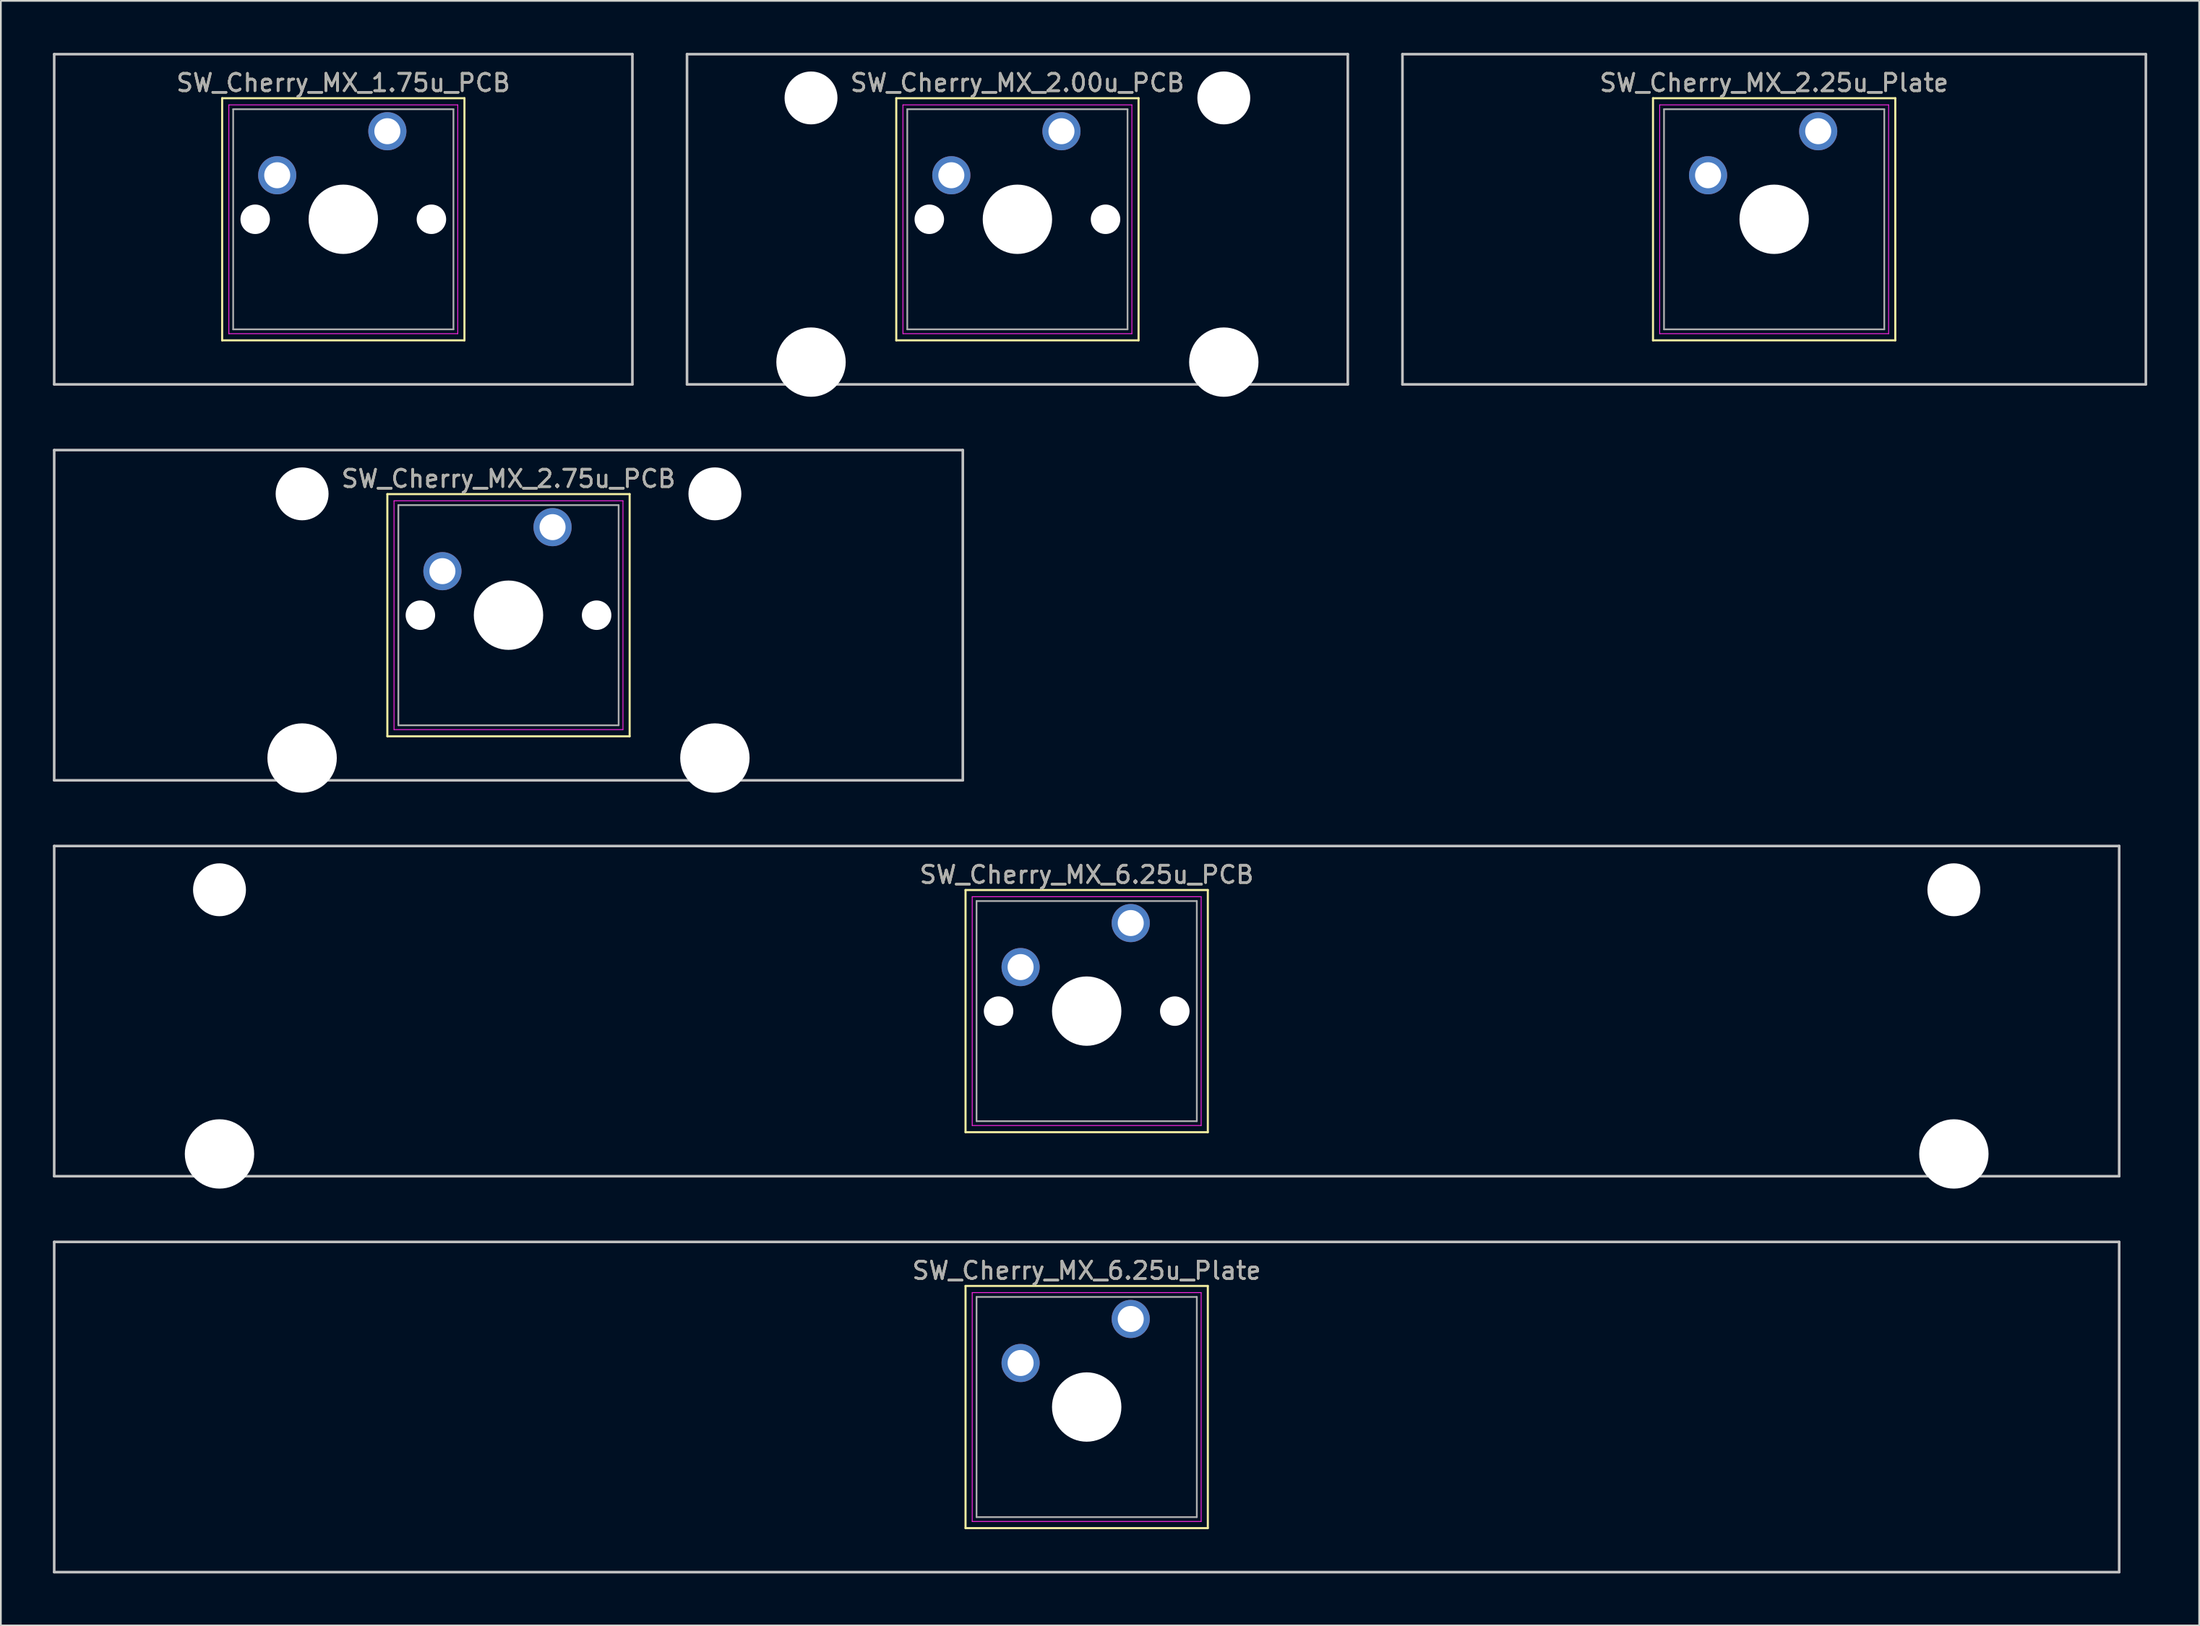
<source format=kicad_pcb>
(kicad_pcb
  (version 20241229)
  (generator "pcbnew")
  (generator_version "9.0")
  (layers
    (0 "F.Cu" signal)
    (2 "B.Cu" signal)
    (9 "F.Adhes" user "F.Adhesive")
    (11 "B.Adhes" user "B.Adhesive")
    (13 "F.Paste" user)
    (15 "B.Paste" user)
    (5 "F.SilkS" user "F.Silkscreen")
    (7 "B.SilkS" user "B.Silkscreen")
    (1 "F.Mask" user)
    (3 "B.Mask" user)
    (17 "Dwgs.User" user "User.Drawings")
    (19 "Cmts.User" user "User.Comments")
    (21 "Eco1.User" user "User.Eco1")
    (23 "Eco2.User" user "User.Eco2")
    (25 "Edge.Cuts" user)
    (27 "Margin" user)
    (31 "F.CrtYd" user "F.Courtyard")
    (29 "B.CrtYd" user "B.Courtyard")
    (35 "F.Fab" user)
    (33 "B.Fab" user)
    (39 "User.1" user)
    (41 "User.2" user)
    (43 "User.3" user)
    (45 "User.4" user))
  (footprint "SW_Cherry_MX_6.25u_PCB"
    (layer "F.Cu")
    (at 59.606 55.28)
    (property "Reference" "SW_Cherry_MX_6.25u_PCB" (at 0 -7.874 0) (layer "F.SilkS") (effects (font (size 1 1) (thickness 0.15))))
    (attr through_hole)
    (fp_line (start -6.985 -6.985) (end 6.985 -6.985) (stroke (width 0.12) (type solid)) (layer "F.SilkS"))
    (fp_line (start -6.985 6.985) (end -6.985 -6.985) (stroke (width 0.12) (type solid)) (layer "F.SilkS"))
    (fp_line (start 6.985 -6.985) (end 6.985 6.985) (stroke (width 0.12) (type solid)) (layer "F.SilkS"))
    (fp_line (start 6.985 6.985) (end -6.985 6.985) (stroke (width 0.12) (type solid)) (layer "F.SilkS"))
    (fp_line (start -59.531 -9.525) (end 59.531 -9.525) (stroke (width 0.15) (type solid)) (layer "Dwgs.User"))
    (fp_line (start -59.531 9.525) (end -59.531 -9.525) (stroke (width 0.15) (type solid)) (layer "Dwgs.User"))
    (fp_line (start 59.531 -9.525) (end 59.531 9.525) (stroke (width 0.15) (type solid)) (layer "Dwgs.User"))
    (fp_line (start 59.531 9.525) (end -59.531 9.525) (stroke (width 0.15) (type solid)) (layer "Dwgs.User"))
    (fp_line (start -6.6 -6.6) (end 6.6 -6.6) (stroke (width 0.05) (type solid)) (layer "F.CrtYd"))
    (fp_line (start -6.6 6.6) (end -6.6 -6.6) (stroke (width 0.05) (type solid)) (layer "F.CrtYd"))
    (fp_line (start 6.6 -6.6) (end 6.6 6.6) (stroke (width 0.05) (type solid)) (layer "F.CrtYd"))
    (fp_line (start 6.6 6.6) (end -6.6 6.6) (stroke (width 0.05) (type solid)) (layer "F.CrtYd"))
    (fp_line (start -6.35 -6.35) (end 6.35 -6.35) (stroke (width 0.1) (type solid)) (layer "F.Fab"))
    (fp_line (start -6.35 6.35) (end -6.35 -6.35) (stroke (width 0.1) (type solid)) (layer "F.Fab"))
    (fp_line (start 6.35 -6.35) (end 6.35 6.35) (stroke (width 0.1) (type solid)) (layer "F.Fab"))
    (fp_line (start 6.35 6.35) (end -6.35 6.35) (stroke (width 0.1) (type solid)) (layer "F.Fab"))
    (fp_text user "${REFERENCE}" (at 0 -7.874 0) (layer "F.Fab") (effects (font (size 1 1) (thickness 0.15))))
    (pad "" np_thru_hole circle (at -50 -7) (size 3.05 3.05) (drill 3.05) (layers "*.Cu" "*.Mask"))
    (pad "" np_thru_hole circle (at -50 8.24) (size 4 4) (drill 4) (layers "*.Cu" "*.Mask"))
    (pad "" np_thru_hole circle (at -5.08 0) (size 1.7 1.7) (drill 1.7) (layers "*.Cu" "*.Mask"))
    (pad "" np_thru_hole circle (at 0 0) (size 4 4) (drill 4) (layers "*.Cu" "*.Mask"))
    (pad "" np_thru_hole circle (at 5.08 0) (size 1.7 1.7) (drill 1.7) (layers "*.Cu" "*.Mask"))
    (pad "" np_thru_hole circle (at 50 -7) (size 3.05 3.05) (drill 3.05) (layers "*.Cu" "*.Mask"))
    (pad "" np_thru_hole circle (at 50 8.24) (size 4 4) (drill 4) (layers "*.Cu" "*.Mask"))
    (pad "1" thru_hole circle (at 2.54 -5.08) (size 2.2 2.2) (drill 1.5) (layers "*.Cu" "*.Mask"))
    (pad "2" thru_hole circle (at -3.81 -2.54) (size 2.2 2.2) (drill 1.5) (layers "*.Cu" "*.Mask")))
  (footprint "SW_Cherry_MX_2.25u_Plate"
    (layer "F.Cu")
    (at 99.244 9.6)
    (property "Reference" "SW_Cherry_MX_2.25u_Plate" (at 0 -7.874 0) (layer "F.SilkS") (effects (font (size 1 1) (thickness 0.15))))
    (attr through_hole)
    (fp_line (start -6.985 -6.985) (end 6.985 -6.985) (stroke (width 0.12) (type solid)) (layer "F.SilkS"))
    (fp_line (start -6.985 6.985) (end -6.985 -6.985) (stroke (width 0.12) (type solid)) (layer "F.SilkS"))
    (fp_line (start 6.985 -6.985) (end 6.985 6.985) (stroke (width 0.12) (type solid)) (layer "F.SilkS"))
    (fp_line (start 6.985 6.985) (end -6.985 6.985) (stroke (width 0.12) (type solid)) (layer "F.SilkS"))
    (fp_line (start -21.431 -9.525) (end 21.431 -9.525) (stroke (width 0.15) (type solid)) (layer "Dwgs.User"))
    (fp_line (start -21.431 9.525) (end -21.431 -9.525) (stroke (width 0.15) (type solid)) (layer "Dwgs.User"))
    (fp_line (start 21.431 -9.525) (end 21.431 9.525) (stroke (width 0.15) (type solid)) (layer "Dwgs.User"))
    (fp_line (start 21.431 9.525) (end -21.431 9.525) (stroke (width 0.15) (type solid)) (layer "Dwgs.User"))
    (fp_line (start -6.6 -6.6) (end 6.6 -6.6) (stroke (width 0.05) (type solid)) (layer "F.CrtYd"))
    (fp_line (start -6.6 6.6) (end -6.6 -6.6) (stroke (width 0.05) (type solid)) (layer "F.CrtYd"))
    (fp_line (start 6.6 -6.6) (end 6.6 6.6) (stroke (width 0.05) (type solid)) (layer "F.CrtYd"))
    (fp_line (start 6.6 6.6) (end -6.6 6.6) (stroke (width 0.05) (type solid)) (layer "F.CrtYd"))
    (fp_line (start -6.35 -6.35) (end 6.35 -6.35) (stroke (width 0.1) (type solid)) (layer "F.Fab"))
    (fp_line (start -6.35 6.35) (end -6.35 -6.35) (stroke (width 0.1) (type solid)) (layer "F.Fab"))
    (fp_line (start 6.35 -6.35) (end 6.35 6.35) (stroke (width 0.1) (type solid)) (layer "F.Fab"))
    (fp_line (start 6.35 6.35) (end -6.35 6.35) (stroke (width 0.1) (type solid)) (layer "F.Fab"))
    (fp_text user "${REFERENCE}" (at 0 -7.874 0) (layer "F.Fab") (effects (font (size 1 1) (thickness 0.15))))
    (pad "" np_thru_hole circle (at 0 0) (size 4 4) (drill 4) (layers "*.Cu" "*.Mask"))
    (pad "1" thru_hole circle (at 2.54 -5.08) (size 2.2 2.2) (drill 1.5) (layers "*.Cu" "*.Mask"))
    (pad "2" thru_hole circle (at -3.81 -2.54) (size 2.2 2.2) (drill 1.5) (layers "*.Cu" "*.Mask")))
  (footprint "SW_Cherry_MX_1.75u_PCB"
    (layer "F.Cu")
    (at 16.744 9.6)
    (property "Reference" "SW_Cherry_MX_1.75u_PCB" (at 0 -7.874 0) (layer "F.SilkS") (effects (font (size 1 1) (thickness 0.15))))
    (attr through_hole)
    (fp_line (start -6.985 -6.985) (end 6.985 -6.985) (stroke (width 0.12) (type solid)) (layer "F.SilkS"))
    (fp_line (start -6.985 6.985) (end -6.985 -6.985) (stroke (width 0.12) (type solid)) (layer "F.SilkS"))
    (fp_line (start 6.985 -6.985) (end 6.985 6.985) (stroke (width 0.12) (type solid)) (layer "F.SilkS"))
    (fp_line (start 6.985 6.985) (end -6.985 6.985) (stroke (width 0.12) (type solid)) (layer "F.SilkS"))
    (fp_line (start -16.669 -9.525) (end 16.669 -9.525) (stroke (width 0.15) (type solid)) (layer "Dwgs.User"))
    (fp_line (start -16.669 9.525) (end -16.669 -9.525) (stroke (width 0.15) (type solid)) (layer "Dwgs.User"))
    (fp_line (start 16.669 -9.525) (end 16.669 9.525) (stroke (width 0.15) (type solid)) (layer "Dwgs.User"))
    (fp_line (start 16.669 9.525) (end -16.669 9.525) (stroke (width 0.15) (type solid)) (layer "Dwgs.User"))
    (fp_line (start -6.6 -6.6) (end 6.6 -6.6) (stroke (width 0.05) (type solid)) (layer "F.CrtYd"))
    (fp_line (start -6.6 6.6) (end -6.6 -6.6) (stroke (width 0.05) (type solid)) (layer "F.CrtYd"))
    (fp_line (start 6.6 -6.6) (end 6.6 6.6) (stroke (width 0.05) (type solid)) (layer "F.CrtYd"))
    (fp_line (start 6.6 6.6) (end -6.6 6.6) (stroke (width 0.05) (type solid)) (layer "F.CrtYd"))
    (fp_line (start -6.35 -6.35) (end 6.35 -6.35) (stroke (width 0.1) (type solid)) (layer "F.Fab"))
    (fp_line (start -6.35 6.35) (end -6.35 -6.35) (stroke (width 0.1) (type solid)) (layer "F.Fab"))
    (fp_line (start 6.35 -6.35) (end 6.35 6.35) (stroke (width 0.1) (type solid)) (layer "F.Fab"))
    (fp_line (start 6.35 6.35) (end -6.35 6.35) (stroke (width 0.1) (type solid)) (layer "F.Fab"))
    (fp_text user "${REFERENCE}" (at 0 -7.874 0) (layer "F.Fab") (effects (font (size 1 1) (thickness 0.15))))
    (pad "" np_thru_hole circle (at -5.08 0) (size 1.7 1.7) (drill 1.7) (layers "*.Cu" "*.Mask"))
    (pad "" np_thru_hole circle (at 0 0) (size 4 4) (drill 4) (layers "*.Cu" "*.Mask"))
    (pad "" np_thru_hole circle (at 5.08 0) (size 1.7 1.7) (drill 1.7) (layers "*.Cu" "*.Mask"))
    (pad "1" thru_hole circle (at 2.54 -5.08) (size 2.2 2.2) (drill 1.5) (layers "*.Cu" "*.Mask"))
    (pad "2" thru_hole circle (at -3.81 -2.54) (size 2.2 2.2) (drill 1.5) (layers "*.Cu" "*.Mask")))
  (footprint "SW_Cherry_MX_6.25u_Plate"
    (layer "F.Cu")
    (at 59.606 78.12)
    (property "Reference" "SW_Cherry_MX_6.25u_Plate" (at 0 -7.874 0) (layer "F.SilkS") (effects (font (size 1 1) (thickness 0.15))))
    (attr through_hole)
    (fp_line (start -6.985 -6.985) (end 6.985 -6.985) (stroke (width 0.12) (type solid)) (layer "F.SilkS"))
    (fp_line (start -6.985 6.985) (end -6.985 -6.985) (stroke (width 0.12) (type solid)) (layer "F.SilkS"))
    (fp_line (start 6.985 -6.985) (end 6.985 6.985) (stroke (width 0.12) (type solid)) (layer "F.SilkS"))
    (fp_line (start 6.985 6.985) (end -6.985 6.985) (stroke (width 0.12) (type solid)) (layer "F.SilkS"))
    (fp_line (start -59.531 -9.525) (end 59.531 -9.525) (stroke (width 0.15) (type solid)) (layer "Dwgs.User"))
    (fp_line (start -59.531 9.525) (end -59.531 -9.525) (stroke (width 0.15) (type solid)) (layer "Dwgs.User"))
    (fp_line (start 59.531 -9.525) (end 59.531 9.525) (stroke (width 0.15) (type solid)) (layer "Dwgs.User"))
    (fp_line (start 59.531 9.525) (end -59.531 9.525) (stroke (width 0.15) (type solid)) (layer "Dwgs.User"))
    (fp_line (start -6.6 -6.6) (end 6.6 -6.6) (stroke (width 0.05) (type solid)) (layer "F.CrtYd"))
    (fp_line (start -6.6 6.6) (end -6.6 -6.6) (stroke (width 0.05) (type solid)) (layer "F.CrtYd"))
    (fp_line (start 6.6 -6.6) (end 6.6 6.6) (stroke (width 0.05) (type solid)) (layer "F.CrtYd"))
    (fp_line (start 6.6 6.6) (end -6.6 6.6) (stroke (width 0.05) (type solid)) (layer "F.CrtYd"))
    (fp_line (start -6.35 -6.35) (end 6.35 -6.35) (stroke (width 0.1) (type solid)) (layer "F.Fab"))
    (fp_line (start -6.35 6.35) (end -6.35 -6.35) (stroke (width 0.1) (type solid)) (layer "F.Fab"))
    (fp_line (start 6.35 -6.35) (end 6.35 6.35) (stroke (width 0.1) (type solid)) (layer "F.Fab"))
    (fp_line (start 6.35 6.35) (end -6.35 6.35) (stroke (width 0.1) (type solid)) (layer "F.Fab"))
    (fp_text user "${REFERENCE}" (at 0 -7.874 0) (layer "F.Fab") (effects (font (size 1 1) (thickness 0.15))))
    (pad "" np_thru_hole circle (at 0 0) (size 4 4) (drill 4) (layers "*.Cu" "*.Mask"))
    (pad "1" thru_hole circle (at 2.54 -5.08) (size 2.2 2.2) (drill 1.5) (layers "*.Cu" "*.Mask"))
    (pad "2" thru_hole circle (at -3.81 -2.54) (size 2.2 2.2) (drill 1.5) (layers "*.Cu" "*.Mask")))
  (footprint "SW_Cherry_MX_2.75u_PCB"
    (layer "F.Cu")
    (at 26.269 32.44)
    (property "Reference" "SW_Cherry_MX_2.75u_PCB" (at 0 -7.874 0) (layer "F.SilkS") (effects (font (size 1 1) (thickness 0.15))))
    (attr through_hole)
    (fp_line (start -6.985 -6.985) (end 6.985 -6.985) (stroke (width 0.12) (type solid)) (layer "F.SilkS"))
    (fp_line (start -6.985 6.985) (end -6.985 -6.985) (stroke (width 0.12) (type solid)) (layer "F.SilkS"))
    (fp_line (start 6.985 -6.985) (end 6.985 6.985) (stroke (width 0.12) (type solid)) (layer "F.SilkS"))
    (fp_line (start 6.985 6.985) (end -6.985 6.985) (stroke (width 0.12) (type solid)) (layer "F.SilkS"))
    (fp_line (start -26.194 -9.525) (end 26.194 -9.525) (stroke (width 0.15) (type solid)) (layer "Dwgs.User"))
    (fp_line (start -26.194 9.525) (end -26.194 -9.525) (stroke (width 0.15) (type solid)) (layer "Dwgs.User"))
    (fp_line (start 26.194 -9.525) (end 26.194 9.525) (stroke (width 0.15) (type solid)) (layer "Dwgs.User"))
    (fp_line (start 26.194 9.525) (end -26.194 9.525) (stroke (width 0.15) (type solid)) (layer "Dwgs.User"))
    (fp_line (start -6.6 -6.6) (end 6.6 -6.6) (stroke (width 0.05) (type solid)) (layer "F.CrtYd"))
    (fp_line (start -6.6 6.6) (end -6.6 -6.6) (stroke (width 0.05) (type solid)) (layer "F.CrtYd"))
    (fp_line (start 6.6 -6.6) (end 6.6 6.6) (stroke (width 0.05) (type solid)) (layer "F.CrtYd"))
    (fp_line (start 6.6 6.6) (end -6.6 6.6) (stroke (width 0.05) (type solid)) (layer "F.CrtYd"))
    (fp_line (start -6.35 -6.35) (end 6.35 -6.35) (stroke (width 0.1) (type solid)) (layer "F.Fab"))
    (fp_line (start -6.35 6.35) (end -6.35 -6.35) (stroke (width 0.1) (type solid)) (layer "F.Fab"))
    (fp_line (start 6.35 -6.35) (end 6.35 6.35) (stroke (width 0.1) (type solid)) (layer "F.Fab"))
    (fp_line (start 6.35 6.35) (end -6.35 6.35) (stroke (width 0.1) (type solid)) (layer "F.Fab"))
    (fp_text user "${REFERENCE}" (at 0 -7.874 0) (layer "F.Fab") (effects (font (size 1 1) (thickness 0.15))))
    (pad "" np_thru_hole circle (at -11.9 -7) (size 3.05 3.05) (drill 3.05) (layers "*.Cu" "*.Mask"))
    (pad "" np_thru_hole circle (at -11.9 8.24) (size 4 4) (drill 4) (layers "*.Cu" "*.Mask"))
    (pad "" np_thru_hole circle (at -5.08 0) (size 1.7 1.7) (drill 1.7) (layers "*.Cu" "*.Mask"))
    (pad "" np_thru_hole circle (at 0 0) (size 4 4) (drill 4) (layers "*.Cu" "*.Mask"))
    (pad "" np_thru_hole circle (at 5.08 0) (size 1.7 1.7) (drill 1.7) (layers "*.Cu" "*.Mask"))
    (pad "" np_thru_hole circle (at 11.9 -7) (size 3.05 3.05) (drill 3.05) (layers "*.Cu" "*.Mask"))
    (pad "" np_thru_hole circle (at 11.9 8.24) (size 4 4) (drill 4) (layers "*.Cu" "*.Mask"))
    (pad "1" thru_hole circle (at 2.54 -5.08) (size 2.2 2.2) (drill 1.5) (layers "*.Cu" "*.Mask"))
    (pad "2" thru_hole circle (at -3.81 -2.54) (size 2.2 2.2) (drill 1.5) (layers "*.Cu" "*.Mask")))
  (footprint "SW_Cherry_MX_2.00u_PCB"
    (layer "F.Cu")
    (at 55.612 9.6)
    (property "Reference" "SW_Cherry_MX_2.00u_PCB" (at 0 -7.874 0) (layer "F.SilkS") (effects (font (size 1 1) (thickness 0.15))))
    (attr through_hole)
    (fp_line (start -6.985 -6.985) (end 6.985 -6.985) (stroke (width 0.12) (type solid)) (layer "F.SilkS"))
    (fp_line (start -6.985 6.985) (end -6.985 -6.985) (stroke (width 0.12) (type solid)) (layer "F.SilkS"))
    (fp_line (start 6.985 -6.985) (end 6.985 6.985) (stroke (width 0.12) (type solid)) (layer "F.SilkS"))
    (fp_line (start 6.985 6.985) (end -6.985 6.985) (stroke (width 0.12) (type solid)) (layer "F.SilkS"))
    (fp_line (start -19.05 -9.525) (end 19.05 -9.525) (stroke (width 0.15) (type solid)) (layer "Dwgs.User"))
    (fp_line (start -19.05 9.525) (end -19.05 -9.525) (stroke (width 0.15) (type solid)) (layer "Dwgs.User"))
    (fp_line (start 19.05 -9.525) (end 19.05 9.525) (stroke (width 0.15) (type solid)) (layer "Dwgs.User"))
    (fp_line (start 19.05 9.525) (end -19.05 9.525) (stroke (width 0.15) (type solid)) (layer "Dwgs.User"))
    (fp_line (start -6.6 -6.6) (end 6.6 -6.6) (stroke (width 0.05) (type solid)) (layer "F.CrtYd"))
    (fp_line (start -6.6 6.6) (end -6.6 -6.6) (stroke (width 0.05) (type solid)) (layer "F.CrtYd"))
    (fp_line (start 6.6 -6.6) (end 6.6 6.6) (stroke (width 0.05) (type solid)) (layer "F.CrtYd"))
    (fp_line (start 6.6 6.6) (end -6.6 6.6) (stroke (width 0.05) (type solid)) (layer "F.CrtYd"))
    (fp_line (start -6.35 -6.35) (end 6.35 -6.35) (stroke (width 0.1) (type solid)) (layer "F.Fab"))
    (fp_line (start -6.35 6.35) (end -6.35 -6.35) (stroke (width 0.1) (type solid)) (layer "F.Fab"))
    (fp_line (start 6.35 -6.35) (end 6.35 6.35) (stroke (width 0.1) (type solid)) (layer "F.Fab"))
    (fp_line (start 6.35 6.35) (end -6.35 6.35) (stroke (width 0.1) (type solid)) (layer "F.Fab"))
    (fp_text user "${REFERENCE}" (at 0 -7.874 0) (layer "F.Fab") (effects (font (size 1 1) (thickness 0.15))))
    (pad "" np_thru_hole circle (at -11.9 -7) (size 3.05 3.05) (drill 3.05) (layers "*.Cu" "*.Mask"))
    (pad "" np_thru_hole circle (at -11.9 8.24) (size 4 4) (drill 4) (layers "*.Cu" "*.Mask"))
    (pad "" np_thru_hole circle (at -5.08 0) (size 1.7 1.7) (drill 1.7) (layers "*.Cu" "*.Mask"))
    (pad "" np_thru_hole circle (at 0 0) (size 4 4) (drill 4) (layers "*.Cu" "*.Mask"))
    (pad "" np_thru_hole circle (at 5.08 0) (size 1.7 1.7) (drill 1.7) (layers "*.Cu" "*.Mask"))
    (pad "" np_thru_hole circle (at 11.9 -7) (size 3.05 3.05) (drill 3.05) (layers "*.Cu" "*.Mask"))
    (pad "" np_thru_hole circle (at 11.9 8.24) (size 4 4) (drill 4) (layers "*.Cu" "*.Mask"))
    (pad "1" thru_hole circle (at 2.54 -5.08) (size 2.2 2.2) (drill 1.5) (layers "*.Cu" "*.Mask"))
    (pad "2" thru_hole circle (at -3.81 -2.54) (size 2.2 2.2) (drill 1.5) (layers "*.Cu" "*.Mask")))
  (gr_rect
    (start -3 -3)
    (end 123.75 90.72)
    (stroke (width 0.1) (type default))
    (fill no)
    (layer "Edge.Cuts")))
</source>
